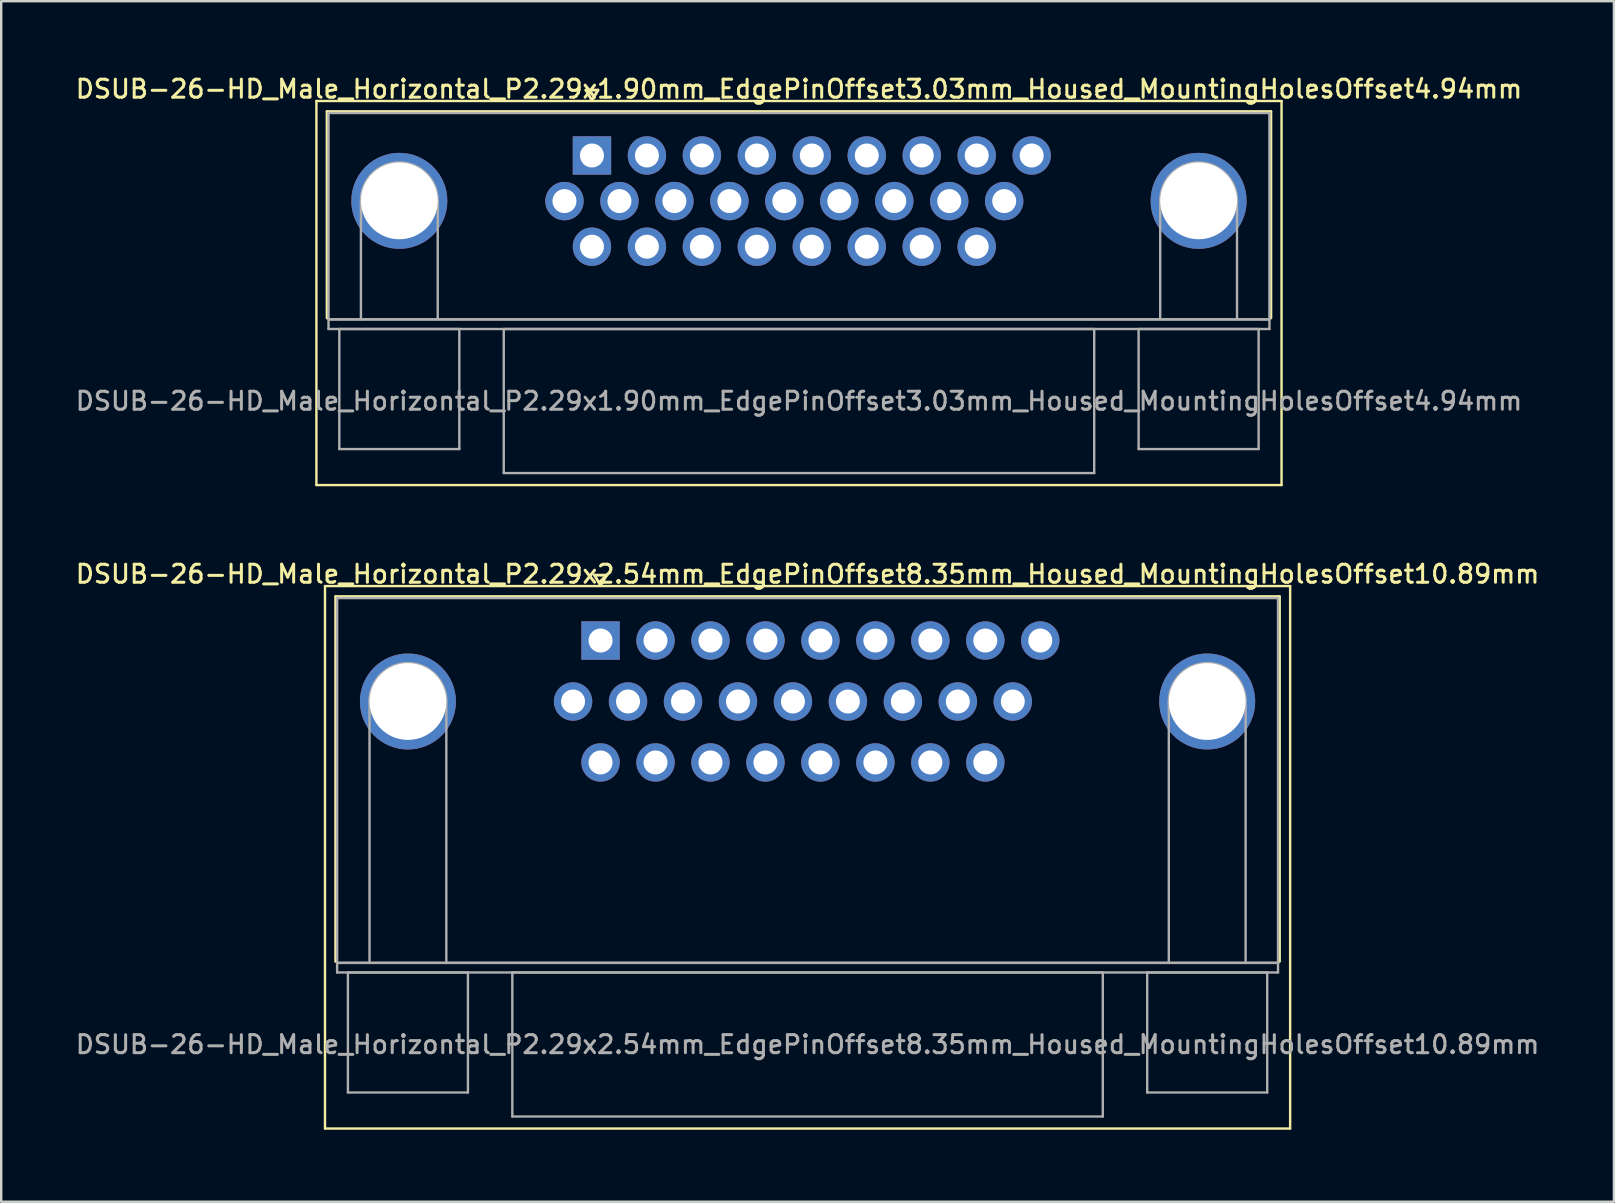
<source format=kicad_pcb>
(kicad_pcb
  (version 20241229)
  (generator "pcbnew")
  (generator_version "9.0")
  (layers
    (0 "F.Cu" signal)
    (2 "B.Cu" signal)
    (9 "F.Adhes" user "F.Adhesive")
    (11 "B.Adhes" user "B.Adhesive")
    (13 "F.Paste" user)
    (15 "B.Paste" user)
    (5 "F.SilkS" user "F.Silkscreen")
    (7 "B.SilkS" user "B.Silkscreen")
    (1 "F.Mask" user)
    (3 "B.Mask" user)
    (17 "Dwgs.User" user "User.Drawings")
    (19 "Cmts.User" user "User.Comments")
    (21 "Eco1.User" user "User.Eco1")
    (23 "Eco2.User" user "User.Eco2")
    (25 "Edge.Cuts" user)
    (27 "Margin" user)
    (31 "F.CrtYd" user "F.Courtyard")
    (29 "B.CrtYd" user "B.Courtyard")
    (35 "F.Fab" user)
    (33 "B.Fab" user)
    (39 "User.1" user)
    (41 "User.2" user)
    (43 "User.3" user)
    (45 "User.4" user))
  (footprint "DSUB-26-HD_Male_Horizontal_P2.29x2.54mm_EdgePinOffset8.35mm_Housed_MountingHolesOffset10.89mm"
    (layer "F.Cu")
    (at 21.97 23.636)
    (property "Reference" "DSUB-26-HD_Male_Horizontal_P2.29x2.54mm_EdgePinOffset8.35mm_Housed_MountingHolesOffset10.89mm" (at 8.625 -2.77 0) (layer "F.SilkS") (effects (font (size 0.75 0.75) (thickness 0.125))))
    (attr through_hole)
    (fp_line (start -11.48 -2.27) (end -11.48 20.33) (stroke (width 0.1) (type solid)) (layer "F.SilkS"))
    (fp_line (start -11.48 20.33) (end 28.73 20.33) (stroke (width 0.1) (type solid)) (layer "F.SilkS"))
    (fp_line (start -11.035 -1.83) (end 28.285 -1.83) (stroke (width 0.12) (type solid)) (layer "F.SilkS"))
    (fp_line (start -11.035 13.37) (end -11.035 -1.83) (stroke (width 0.12) (type solid)) (layer "F.SilkS"))
    (fp_line (start -0.25 -2.724) (end 0.25 -2.724) (stroke (width 0.12) (type solid)) (layer "F.SilkS"))
    (fp_line (start 0 -2.291) (end -0.25 -2.724) (stroke (width 0.12) (type solid)) (layer "F.SilkS"))
    (fp_line (start 0.25 -2.724) (end 0 -2.291) (stroke (width 0.12) (type solid)) (layer "F.SilkS"))
    (fp_line (start 28.285 -1.83) (end 28.285 13.37) (stroke (width 0.12) (type solid)) (layer "F.SilkS"))
    (fp_line (start 28.73 -2.27) (end -11.48 -2.27) (stroke (width 0.1) (type solid)) (layer "F.SilkS"))
    (fp_line (start 28.73 20.33) (end 28.73 -2.27) (stroke (width 0.1) (type solid)) (layer "F.SilkS"))
    (fp_line (start -10.975 -1.77) (end -10.975 13.43) (stroke (width 0.1) (type solid)) (layer "F.Fab"))
    (fp_line (start -10.975 13.43) (end -10.975 13.83) (stroke (width 0.1) (type solid)) (layer "F.Fab"))
    (fp_line (start -10.975 13.43) (end 28.225 13.43) (stroke (width 0.1) (type solid)) (layer "F.Fab"))
    (fp_line (start -10.975 13.83) (end 28.225 13.83) (stroke (width 0.1) (type solid)) (layer "F.Fab"))
    (fp_line (start -10.525 13.83) (end -10.525 18.83) (stroke (width 0.1) (type solid)) (layer "F.Fab"))
    (fp_line (start -10.525 18.83) (end -5.525 18.83) (stroke (width 0.1) (type solid)) (layer "F.Fab"))
    (fp_line (start -9.625 13.43) (end -9.625 2.54) (stroke (width 0.1) (type solid)) (layer "F.Fab"))
    (fp_line (start -6.425 13.43) (end -6.425 2.54) (stroke (width 0.1) (type solid)) (layer "F.Fab"))
    (fp_line (start -5.525 13.83) (end -10.525 13.83) (stroke (width 0.1) (type solid)) (layer "F.Fab"))
    (fp_line (start -5.525 18.83) (end -5.525 13.83) (stroke (width 0.1) (type solid)) (layer "F.Fab"))
    (fp_line (start -3.675 13.83) (end -3.675 19.83) (stroke (width 0.1) (type solid)) (layer "F.Fab"))
    (fp_line (start -3.675 19.83) (end 20.925 19.83) (stroke (width 0.1) (type solid)) (layer "F.Fab"))
    (fp_line (start 20.925 13.83) (end -3.675 13.83) (stroke (width 0.1) (type solid)) (layer "F.Fab"))
    (fp_line (start 20.925 19.83) (end 20.925 13.83) (stroke (width 0.1) (type solid)) (layer "F.Fab"))
    (fp_line (start 22.775 13.83) (end 22.775 18.83) (stroke (width 0.1) (type solid)) (layer "F.Fab"))
    (fp_line (start 22.775 18.83) (end 27.775 18.83) (stroke (width 0.1) (type solid)) (layer "F.Fab"))
    (fp_line (start 23.675 13.43) (end 23.675 2.54) (stroke (width 0.1) (type solid)) (layer "F.Fab"))
    (fp_line (start 26.875 13.43) (end 26.875 2.54) (stroke (width 0.1) (type solid)) (layer "F.Fab"))
    (fp_line (start 27.775 13.83) (end 22.775 13.83) (stroke (width 0.1) (type solid)) (layer "F.Fab"))
    (fp_line (start 27.775 18.83) (end 27.775 13.83) (stroke (width 0.1) (type solid)) (layer "F.Fab"))
    (fp_line (start 28.225 -1.77) (end -10.975 -1.77) (stroke (width 0.1) (type solid)) (layer "F.Fab"))
    (fp_line (start 28.225 13.43) (end -10.975 13.43) (stroke (width 0.1) (type solid)) (layer "F.Fab"))
    (fp_line (start 28.225 13.43) (end 28.225 -1.77) (stroke (width 0.1) (type solid)) (layer "F.Fab"))
    (fp_line (start 28.225 13.83) (end 28.225 13.43) (stroke (width 0.1) (type solid)) (layer "F.Fab"))
    (fp_arc (start -9.625 2.54) (mid -8.025 0.94) (end -6.425 2.54) (stroke (width 0.1) (type solid)) (layer "F.Fab"))
    (fp_arc (start 23.675 2.54) (mid 25.275 0.94) (end 26.875 2.54) (stroke (width 0.1) (type solid)) (layer "F.Fab"))
    (fp_text user "${REFERENCE}" (at 8.625 16.83 0) (layer "F.Fab") (effects (font (size 0.75 0.75) (thickness 0.125))))
    (pad "0" thru_hole circle (at -8.025 2.54) (size 4 4) (drill 3.2) (layers "*.Cu" "*.Mask"))
    (pad "0" thru_hole circle (at 25.275 2.54) (size 4 4) (drill 3.2) (layers "*.Cu" "*.Mask"))
    (pad "1" thru_hole rect (at 0 0) (size 1.6 1.6) (drill 1) (layers "*.Cu" "*.Mask"))
    (pad "2" thru_hole circle (at 2.29 0) (size 1.6 1.6) (drill 1) (layers "*.Cu" "*.Mask"))
    (pad "3" thru_hole circle (at 4.58 0) (size 1.6 1.6) (drill 1) (layers "*.Cu" "*.Mask"))
    (pad "4" thru_hole circle (at 6.87 0) (size 1.6 1.6) (drill 1) (layers "*.Cu" "*.Mask"))
    (pad "5" thru_hole circle (at 9.16 0) (size 1.6 1.6) (drill 1) (layers "*.Cu" "*.Mask"))
    (pad "6" thru_hole circle (at 11.45 0) (size 1.6 1.6) (drill 1) (layers "*.Cu" "*.Mask"))
    (pad "7" thru_hole circle (at 13.74 0) (size 1.6 1.6) (drill 1) (layers "*.Cu" "*.Mask"))
    (pad "8" thru_hole circle (at 16.03 0) (size 1.6 1.6) (drill 1) (layers "*.Cu" "*.Mask"))
    (pad "9" thru_hole circle (at 18.32 0) (size 1.6 1.6) (drill 1) (layers "*.Cu" "*.Mask"))
    (pad "10" thru_hole circle (at -1.145 2.54) (size 1.6 1.6) (drill 1) (layers "*.Cu" "*.Mask"))
    (pad "11" thru_hole circle (at 1.145 2.54) (size 1.6 1.6) (drill 1) (layers "*.Cu" "*.Mask"))
    (pad "12" thru_hole circle (at 3.435 2.54) (size 1.6 1.6) (drill 1) (layers "*.Cu" "*.Mask"))
    (pad "13" thru_hole circle (at 5.725 2.54) (size 1.6 1.6) (drill 1) (layers "*.Cu" "*.Mask"))
    (pad "14" thru_hole circle (at 8.015 2.54) (size 1.6 1.6) (drill 1) (layers "*.Cu" "*.Mask"))
    (pad "15" thru_hole circle (at 10.305 2.54) (size 1.6 1.6) (drill 1) (layers "*.Cu" "*.Mask"))
    (pad "16" thru_hole circle (at 12.595 2.54) (size 1.6 1.6) (drill 1) (layers "*.Cu" "*.Mask"))
    (pad "17" thru_hole circle (at 14.885 2.54) (size 1.6 1.6) (drill 1) (layers "*.Cu" "*.Mask"))
    (pad "18" thru_hole circle (at 17.175 2.54) (size 1.6 1.6) (drill 1) (layers "*.Cu" "*.Mask"))
    (pad "19" thru_hole circle (at 0 5.08) (size 1.6 1.6) (drill 1) (layers "*.Cu" "*.Mask"))
    (pad "20" thru_hole circle (at 2.29 5.08) (size 1.6 1.6) (drill 1) (layers "*.Cu" "*.Mask"))
    (pad "21" thru_hole circle (at 4.58 5.08) (size 1.6 1.6) (drill 1) (layers "*.Cu" "*.Mask"))
    (pad "22" thru_hole circle (at 6.87 5.08) (size 1.6 1.6) (drill 1) (layers "*.Cu" "*.Mask"))
    (pad "23" thru_hole circle (at 9.16 5.08) (size 1.6 1.6) (drill 1) (layers "*.Cu" "*.Mask"))
    (pad "24" thru_hole circle (at 11.45 5.08) (size 1.6 1.6) (drill 1) (layers "*.Cu" "*.Mask"))
    (pad "25" thru_hole circle (at 13.74 5.08) (size 1.6 1.6) (drill 1) (layers "*.Cu" "*.Mask"))
    (pad "26" thru_hole circle (at 16.03 5.08) (size 1.6 1.6) (drill 1) (layers "*.Cu" "*.Mask")))
  (footprint "DSUB-26-HD_Male_Horizontal_P2.29x1.90mm_EdgePinOffset3.03mm_Housed_MountingHolesOffset4.94mm"
    (layer "F.Cu")
    (at 21.612 3.428)
    (property "Reference" "DSUB-26-HD_Male_Horizontal_P2.29x1.90mm_EdgePinOffset3.03mm_Housed_MountingHolesOffset4.94mm" (at 8.625 -2.77 0) (layer "F.SilkS") (effects (font (size 0.75 0.75) (thickness 0.125))))
    (attr through_hole)
    (fp_line (start -11.48 -2.27) (end -11.48 13.73) (stroke (width 0.1) (type solid)) (layer "F.SilkS"))
    (fp_line (start -11.48 13.73) (end 28.73 13.73) (stroke (width 0.1) (type solid)) (layer "F.SilkS"))
    (fp_line (start -11.035 -1.83) (end 28.285 -1.83) (stroke (width 0.12) (type solid)) (layer "F.SilkS"))
    (fp_line (start -11.035 6.77) (end -11.035 -1.83) (stroke (width 0.12) (type solid)) (layer "F.SilkS"))
    (fp_line (start -0.25 -2.724) (end 0.25 -2.724) (stroke (width 0.12) (type solid)) (layer "F.SilkS"))
    (fp_line (start 0 -2.291) (end -0.25 -2.724) (stroke (width 0.12) (type solid)) (layer "F.SilkS"))
    (fp_line (start 0.25 -2.724) (end 0 -2.291) (stroke (width 0.12) (type solid)) (layer "F.SilkS"))
    (fp_line (start 28.285 -1.83) (end 28.285 6.77) (stroke (width 0.12) (type solid)) (layer "F.SilkS"))
    (fp_line (start 28.73 -2.27) (end -11.48 -2.27) (stroke (width 0.1) (type solid)) (layer "F.SilkS"))
    (fp_line (start 28.73 13.73) (end 28.73 -2.27) (stroke (width 0.1) (type solid)) (layer "F.SilkS"))
    (fp_line (start -10.975 -1.77) (end -10.975 6.83) (stroke (width 0.1) (type solid)) (layer "F.Fab"))
    (fp_line (start -10.975 6.83) (end -10.975 7.23) (stroke (width 0.1) (type solid)) (layer "F.Fab"))
    (fp_line (start -10.975 6.83) (end 28.225 6.83) (stroke (width 0.1) (type solid)) (layer "F.Fab"))
    (fp_line (start -10.975 7.23) (end 28.225 7.23) (stroke (width 0.1) (type solid)) (layer "F.Fab"))
    (fp_line (start -10.525 7.23) (end -10.525 12.23) (stroke (width 0.1) (type solid)) (layer "F.Fab"))
    (fp_line (start -10.525 12.23) (end -5.525 12.23) (stroke (width 0.1) (type solid)) (layer "F.Fab"))
    (fp_line (start -9.625 6.83) (end -9.625 1.89) (stroke (width 0.1) (type solid)) (layer "F.Fab"))
    (fp_line (start -6.425 6.83) (end -6.425 1.89) (stroke (width 0.1) (type solid)) (layer "F.Fab"))
    (fp_line (start -5.525 7.23) (end -10.525 7.23) (stroke (width 0.1) (type solid)) (layer "F.Fab"))
    (fp_line (start -5.525 12.23) (end -5.525 7.23) (stroke (width 0.1) (type solid)) (layer "F.Fab"))
    (fp_line (start -3.675 7.23) (end -3.675 13.23) (stroke (width 0.1) (type solid)) (layer "F.Fab"))
    (fp_line (start -3.675 13.23) (end 20.925 13.23) (stroke (width 0.1) (type solid)) (layer "F.Fab"))
    (fp_line (start 20.925 7.23) (end -3.675 7.23) (stroke (width 0.1) (type solid)) (layer "F.Fab"))
    (fp_line (start 20.925 13.23) (end 20.925 7.23) (stroke (width 0.1) (type solid)) (layer "F.Fab"))
    (fp_line (start 22.775 7.23) (end 22.775 12.23) (stroke (width 0.1) (type solid)) (layer "F.Fab"))
    (fp_line (start 22.775 12.23) (end 27.775 12.23) (stroke (width 0.1) (type solid)) (layer "F.Fab"))
    (fp_line (start 23.675 6.83) (end 23.675 1.89) (stroke (width 0.1) (type solid)) (layer "F.Fab"))
    (fp_line (start 26.875 6.83) (end 26.875 1.89) (stroke (width 0.1) (type solid)) (layer "F.Fab"))
    (fp_line (start 27.775 7.23) (end 22.775 7.23) (stroke (width 0.1) (type solid)) (layer "F.Fab"))
    (fp_line (start 27.775 12.23) (end 27.775 7.23) (stroke (width 0.1) (type solid)) (layer "F.Fab"))
    (fp_line (start 28.225 -1.77) (end -10.975 -1.77) (stroke (width 0.1) (type solid)) (layer "F.Fab"))
    (fp_line (start 28.225 6.83) (end -10.975 6.83) (stroke (width 0.1) (type solid)) (layer "F.Fab"))
    (fp_line (start 28.225 6.83) (end 28.225 -1.77) (stroke (width 0.1) (type solid)) (layer "F.Fab"))
    (fp_line (start 28.225 7.23) (end 28.225 6.83) (stroke (width 0.1) (type solid)) (layer "F.Fab"))
    (fp_arc (start -9.625 1.89) (mid -8.025 0.29) (end -6.425 1.89) (stroke (width 0.1) (type solid)) (layer "F.Fab"))
    (fp_arc (start 23.675 1.89) (mid 25.275 0.29) (end 26.875 1.89) (stroke (width 0.1) (type solid)) (layer "F.Fab"))
    (fp_text user "${REFERENCE}" (at 8.625 10.23 0) (layer "F.Fab") (effects (font (size 0.75 0.75) (thickness 0.125))))
    (pad "0" thru_hole circle (at -8.025 1.89) (size 4 4) (drill 3.2) (layers "*.Cu" "*.Mask"))
    (pad "0" thru_hole circle (at 25.275 1.89) (size 4 4) (drill 3.2) (layers "*.Cu" "*.Mask"))
    (pad "1" thru_hole rect (at 0 0) (size 1.6 1.6) (drill 1) (layers "*.Cu" "*.Mask"))
    (pad "2" thru_hole circle (at 2.29 0) (size 1.6 1.6) (drill 1) (layers "*.Cu" "*.Mask"))
    (pad "3" thru_hole circle (at 4.58 0) (size 1.6 1.6) (drill 1) (layers "*.Cu" "*.Mask"))
    (pad "4" thru_hole circle (at 6.87 0) (size 1.6 1.6) (drill 1) (layers "*.Cu" "*.Mask"))
    (pad "5" thru_hole circle (at 9.16 0) (size 1.6 1.6) (drill 1) (layers "*.Cu" "*.Mask"))
    (pad "6" thru_hole circle (at 11.45 0) (size 1.6 1.6) (drill 1) (layers "*.Cu" "*.Mask"))
    (pad "7" thru_hole circle (at 13.74 0) (size 1.6 1.6) (drill 1) (layers "*.Cu" "*.Mask"))
    (pad "8" thru_hole circle (at 16.03 0) (size 1.6 1.6) (drill 1) (layers "*.Cu" "*.Mask"))
    (pad "9" thru_hole circle (at 18.32 0) (size 1.6 1.6) (drill 1) (layers "*.Cu" "*.Mask"))
    (pad "10" thru_hole circle (at -1.145 1.9) (size 1.6 1.6) (drill 1) (layers "*.Cu" "*.Mask"))
    (pad "11" thru_hole circle (at 1.145 1.9) (size 1.6 1.6) (drill 1) (layers "*.Cu" "*.Mask"))
    (pad "12" thru_hole circle (at 3.435 1.9) (size 1.6 1.6) (drill 1) (layers "*.Cu" "*.Mask"))
    (pad "13" thru_hole circle (at 5.725 1.9) (size 1.6 1.6) (drill 1) (layers "*.Cu" "*.Mask"))
    (pad "14" thru_hole circle (at 8.015 1.9) (size 1.6 1.6) (drill 1) (layers "*.Cu" "*.Mask"))
    (pad "15" thru_hole circle (at 10.305 1.9) (size 1.6 1.6) (drill 1) (layers "*.Cu" "*.Mask"))
    (pad "16" thru_hole circle (at 12.595 1.9) (size 1.6 1.6) (drill 1) (layers "*.Cu" "*.Mask"))
    (pad "17" thru_hole circle (at 14.885 1.9) (size 1.6 1.6) (drill 1) (layers "*.Cu" "*.Mask"))
    (pad "18" thru_hole circle (at 17.175 1.9) (size 1.6 1.6) (drill 1) (layers "*.Cu" "*.Mask"))
    (pad "19" thru_hole circle (at 0 3.8) (size 1.6 1.6) (drill 1) (layers "*.Cu" "*.Mask"))
    (pad "20" thru_hole circle (at 2.29 3.8) (size 1.6 1.6) (drill 1) (layers "*.Cu" "*.Mask"))
    (pad "21" thru_hole circle (at 4.58 3.8) (size 1.6 1.6) (drill 1) (layers "*.Cu" "*.Mask"))
    (pad "22" thru_hole circle (at 6.87 3.8) (size 1.6 1.6) (drill 1) (layers "*.Cu" "*.Mask"))
    (pad "23" thru_hole circle (at 9.16 3.8) (size 1.6 1.6) (drill 1) (layers "*.Cu" "*.Mask"))
    (pad "24" thru_hole circle (at 11.45 3.8) (size 1.6 1.6) (drill 1) (layers "*.Cu" "*.Mask"))
    (pad "25" thru_hole circle (at 13.74 3.8) (size 1.6 1.6) (drill 1) (layers "*.Cu" "*.Mask"))
    (pad "26" thru_hole circle (at 16.03 3.8) (size 1.6 1.6) (drill 1) (layers "*.Cu" "*.Mask")))
  (gr_rect
    (start -3 -3)
    (end 64.189 47.016)
    (stroke (width 0.1) (type default))
    (fill no)
    (layer "Edge.Cuts")))
</source>
